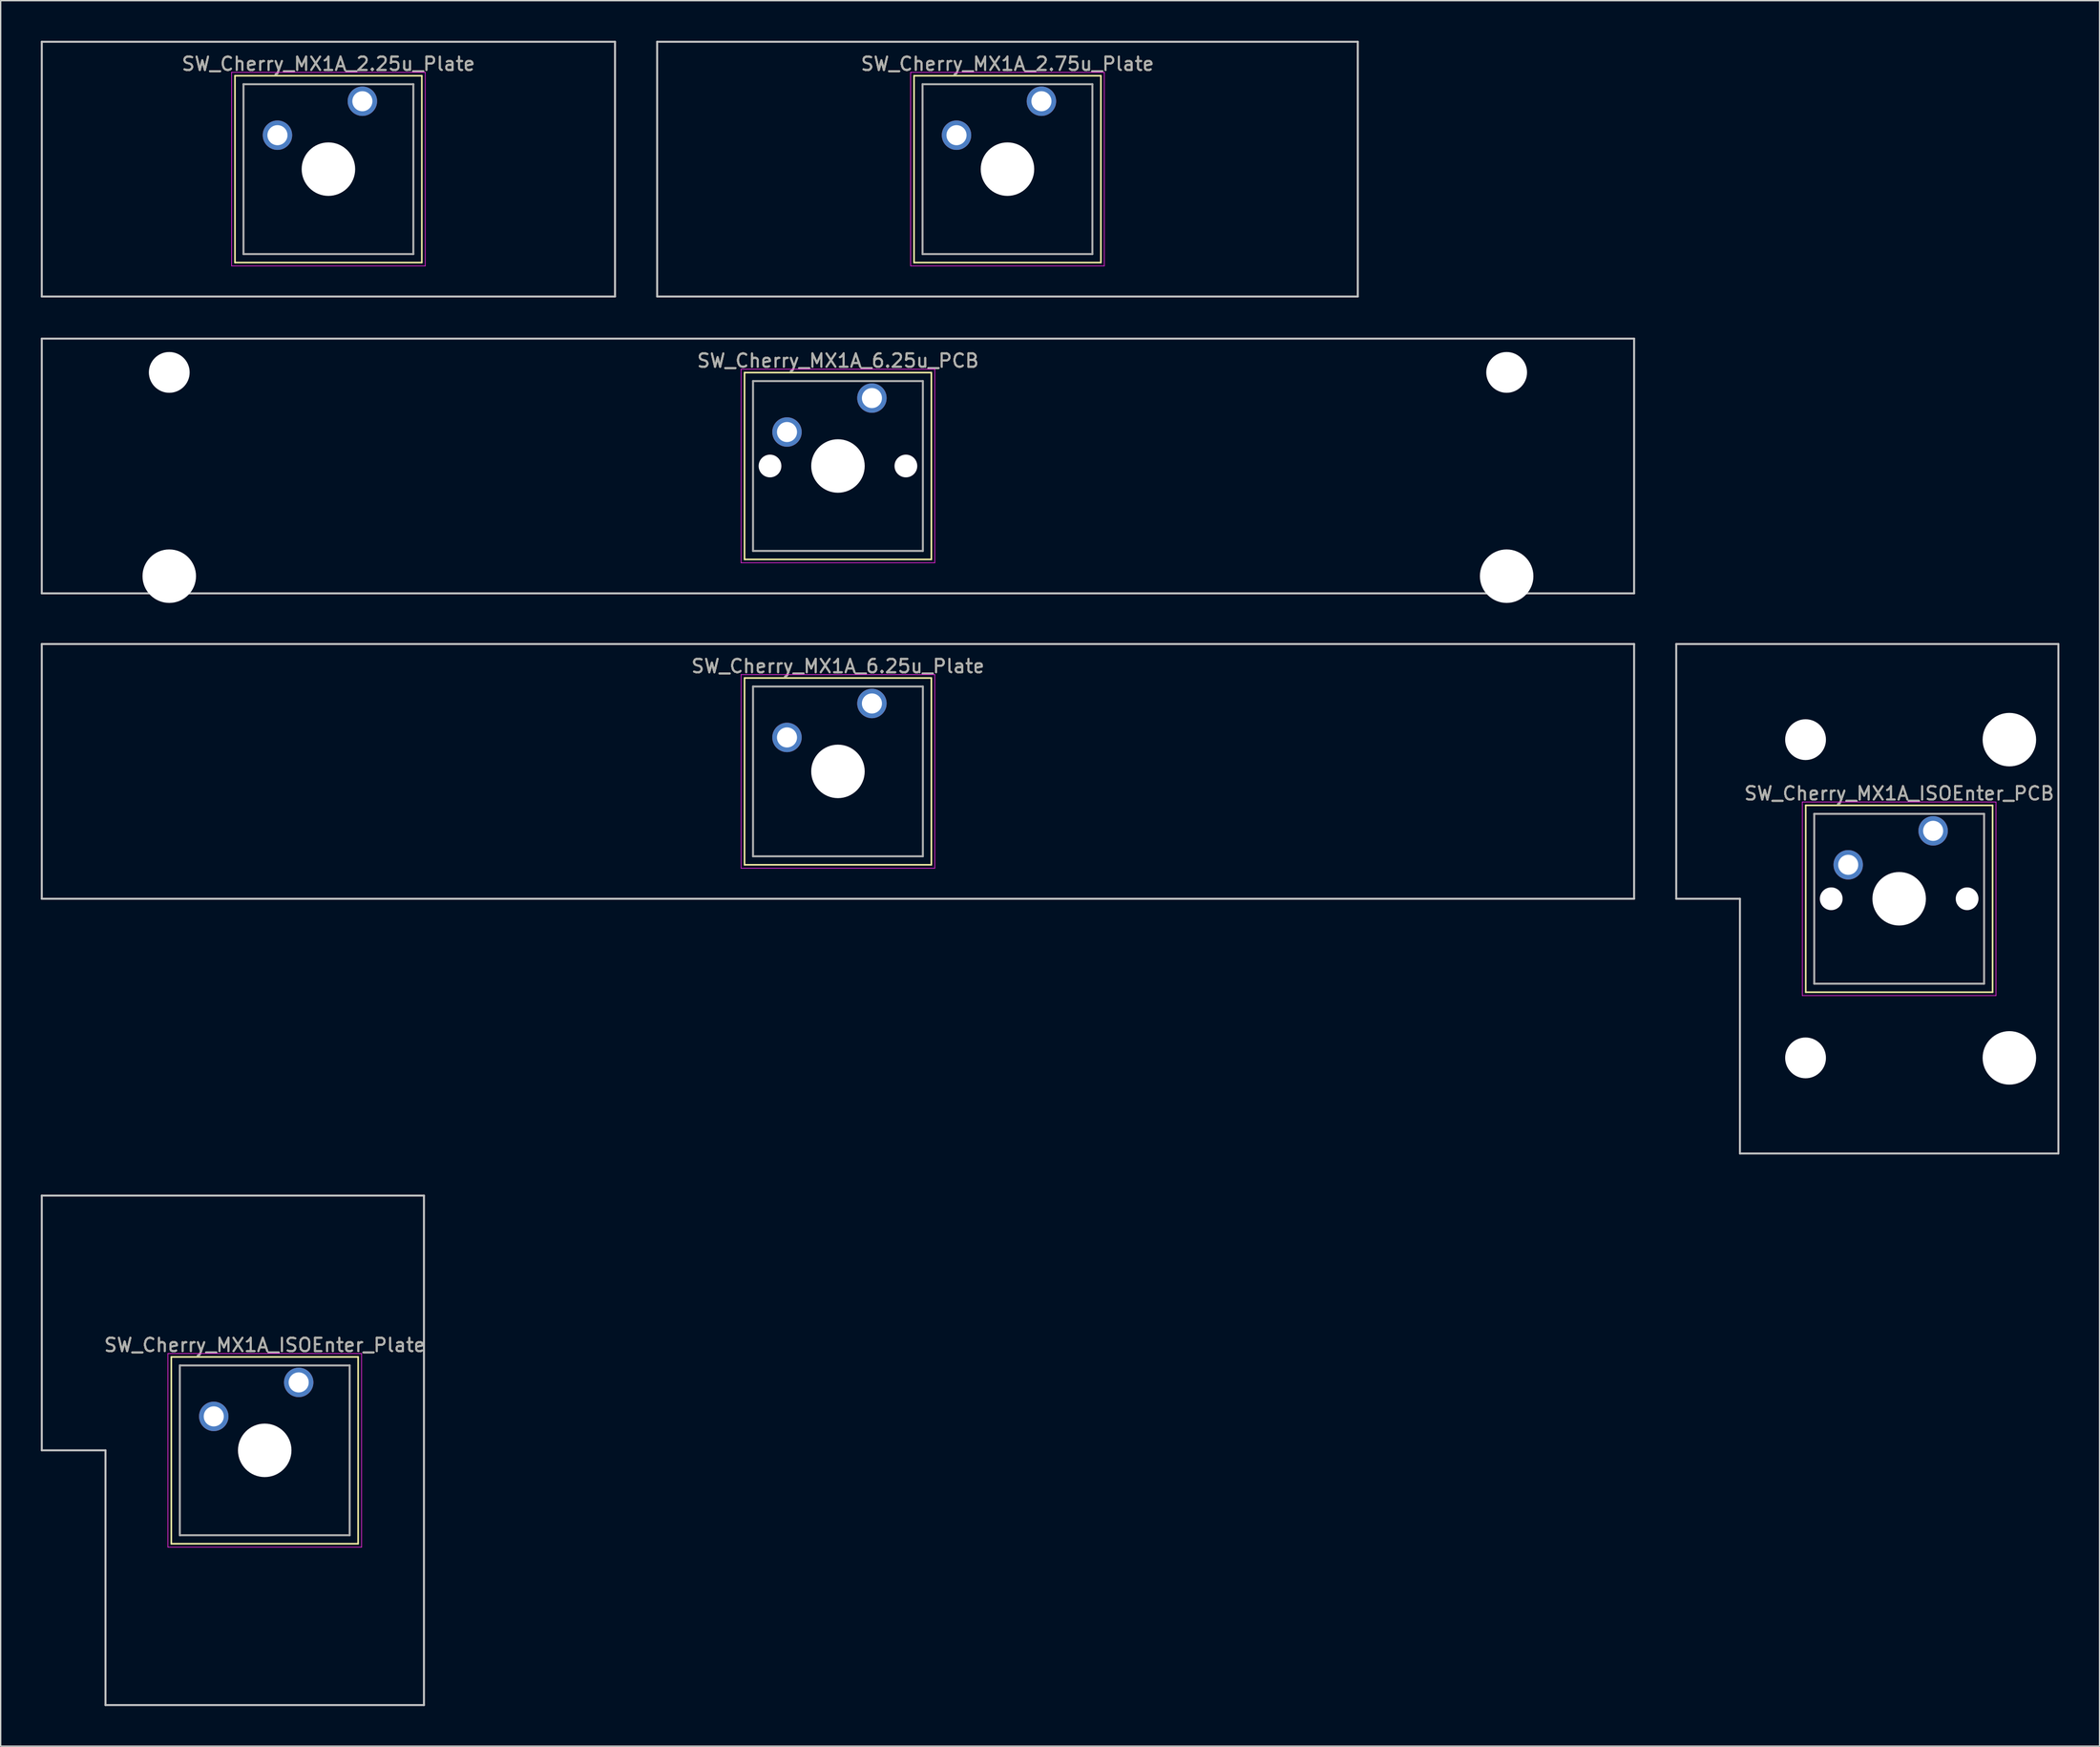
<source format=kicad_pcb>
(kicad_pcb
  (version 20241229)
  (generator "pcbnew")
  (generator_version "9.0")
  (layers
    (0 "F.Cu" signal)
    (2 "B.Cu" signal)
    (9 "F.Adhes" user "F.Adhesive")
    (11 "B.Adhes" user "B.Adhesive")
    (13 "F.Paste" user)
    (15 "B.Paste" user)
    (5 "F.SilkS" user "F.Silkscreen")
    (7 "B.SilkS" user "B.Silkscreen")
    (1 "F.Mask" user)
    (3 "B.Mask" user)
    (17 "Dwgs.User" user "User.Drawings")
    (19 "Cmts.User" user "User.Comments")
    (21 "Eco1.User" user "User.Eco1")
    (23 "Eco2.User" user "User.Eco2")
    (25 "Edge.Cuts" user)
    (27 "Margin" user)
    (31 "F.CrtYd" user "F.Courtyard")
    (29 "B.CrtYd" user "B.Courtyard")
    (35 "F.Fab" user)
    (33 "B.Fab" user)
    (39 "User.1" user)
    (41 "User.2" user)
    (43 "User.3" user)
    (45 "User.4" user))
  (footprint "SW_Cherry_MX1A_2.25u_Plate"
    (layer "F.Cu")
    (at 24.046 4.52)
    (property "Reference" "SW_Cherry_MX1A_2.25u_Plate" (at -2.54 -2.794 0) (layer "F.SilkS") (effects (font (size 1 1) (thickness 0.15))))
    (attr through_hole)
    (fp_line (start -9.525 -1.905) (end 4.445 -1.905) (stroke (width 0.12) (type solid)) (layer "F.SilkS"))
    (fp_line (start -9.525 12.065) (end -9.525 -1.905) (stroke (width 0.12) (type solid)) (layer "F.SilkS"))
    (fp_line (start 4.445 -1.905) (end 4.445 12.065) (stroke (width 0.12) (type solid)) (layer "F.SilkS"))
    (fp_line (start 4.445 12.065) (end -9.525 12.065) (stroke (width 0.12) (type solid)) (layer "F.SilkS"))
    (fp_line (start -23.971 -4.445) (end 18.891 -4.445) (stroke (width 0.15) (type solid)) (layer "Dwgs.User"))
    (fp_line (start -23.971 14.605) (end -23.971 -4.445) (stroke (width 0.15) (type solid)) (layer "Dwgs.User"))
    (fp_line (start 18.891 -4.445) (end 18.891 14.605) (stroke (width 0.15) (type solid)) (layer "Dwgs.User"))
    (fp_line (start 18.891 14.605) (end -23.971 14.605) (stroke (width 0.15) (type solid)) (layer "Dwgs.User"))
    (fp_line (start -9.78 -2.16) (end 4.7 -2.16) (stroke (width 0.05) (type solid)) (layer "F.CrtYd"))
    (fp_line (start -9.78 12.32) (end -9.78 -2.16) (stroke (width 0.05) (type solid)) (layer "F.CrtYd"))
    (fp_line (start 4.7 -2.16) (end 4.7 12.32) (stroke (width 0.05) (type solid)) (layer "F.CrtYd"))
    (fp_line (start 4.7 12.32) (end -9.78 12.32) (stroke (width 0.05) (type solid)) (layer "F.CrtYd"))
    (fp_line (start -8.89 -1.27) (end 3.81 -1.27) (stroke (width 0.15) (type solid)) (layer "F.Fab"))
    (fp_line (start -8.89 11.43) (end -8.89 -1.27) (stroke (width 0.15) (type solid)) (layer "F.Fab"))
    (fp_line (start 3.81 -1.27) (end 3.81 11.43) (stroke (width 0.15) (type solid)) (layer "F.Fab"))
    (fp_line (start 3.81 11.43) (end -8.89 11.43) (stroke (width 0.15) (type solid)) (layer "F.Fab"))
    (fp_text user "${REFERENCE}" (at -2.54 -2.794 0) (layer "F.Fab") (effects (font (size 1 1) (thickness 0.15))))
    (pad "" np_thru_hole circle (at -2.54 5.08) (size 4 4) (drill 4) (layers "*.Cu" "*.Mask"))
    (pad "1" thru_hole circle (at 0 0) (size 2.2 2.2) (drill 1.5) (layers "*.Cu" "*.Mask"))
    (pad "2" thru_hole circle (at -6.35 2.54) (size 2.2 2.2) (drill 1.5) (layers "*.Cu" "*.Mask")))
  (footprint "SW_Cherry_MX1A_2.75u_Plate"
    (layer "F.Cu")
    (at 74.821 4.52)
    (property "Reference" "SW_Cherry_MX1A_2.75u_Plate" (at -2.54 -2.794 0) (layer "F.SilkS") (effects (font (size 1 1) (thickness 0.15))))
    (attr through_hole)
    (fp_line (start -9.525 -1.905) (end 4.445 -1.905) (stroke (width 0.12) (type solid)) (layer "F.SilkS"))
    (fp_line (start -9.525 12.065) (end -9.525 -1.905) (stroke (width 0.12) (type solid)) (layer "F.SilkS"))
    (fp_line (start 4.445 -1.905) (end 4.445 12.065) (stroke (width 0.12) (type solid)) (layer "F.SilkS"))
    (fp_line (start 4.445 12.065) (end -9.525 12.065) (stroke (width 0.12) (type solid)) (layer "F.SilkS"))
    (fp_line (start -28.734 -4.445) (end 23.654 -4.445) (stroke (width 0.15) (type solid)) (layer "Dwgs.User"))
    (fp_line (start -28.734 14.605) (end -28.734 -4.445) (stroke (width 0.15) (type solid)) (layer "Dwgs.User"))
    (fp_line (start 23.654 -4.445) (end 23.654 14.605) (stroke (width 0.15) (type solid)) (layer "Dwgs.User"))
    (fp_line (start 23.654 14.605) (end -28.734 14.605) (stroke (width 0.15) (type solid)) (layer "Dwgs.User"))
    (fp_line (start -9.78 -2.16) (end 4.7 -2.16) (stroke (width 0.05) (type solid)) (layer "F.CrtYd"))
    (fp_line (start -9.78 12.32) (end -9.78 -2.16) (stroke (width 0.05) (type solid)) (layer "F.CrtYd"))
    (fp_line (start 4.7 -2.16) (end 4.7 12.32) (stroke (width 0.05) (type solid)) (layer "F.CrtYd"))
    (fp_line (start 4.7 12.32) (end -9.78 12.32) (stroke (width 0.05) (type solid)) (layer "F.CrtYd"))
    (fp_line (start -8.89 -1.27) (end 3.81 -1.27) (stroke (width 0.15) (type solid)) (layer "F.Fab"))
    (fp_line (start -8.89 11.43) (end -8.89 -1.27) (stroke (width 0.15) (type solid)) (layer "F.Fab"))
    (fp_line (start 3.81 -1.27) (end 3.81 11.43) (stroke (width 0.15) (type solid)) (layer "F.Fab"))
    (fp_line (start 3.81 11.43) (end -8.89 11.43) (stroke (width 0.15) (type solid)) (layer "F.Fab"))
    (fp_text user "${REFERENCE}" (at -2.54 -2.794 0) (layer "F.Fab") (effects (font (size 1 1) (thickness 0.15))))
    (pad "" np_thru_hole circle (at -2.54 5.08) (size 4 4) (drill 4) (layers "*.Cu" "*.Mask"))
    (pad "1" thru_hole circle (at 0 0) (size 2.2 2.2) (drill 1.5) (layers "*.Cu" "*.Mask"))
    (pad "2" thru_hole circle (at -6.35 2.54) (size 2.2 2.2) (drill 1.5) (layers "*.Cu" "*.Mask")))
  (footprint "SW_Cherry_MX1A_ISOEnter_PCB"
    (layer "F.Cu")
    (at 141.496 59.085)
    (property "Reference" "SW_Cherry_MX1A_ISOEnter_PCB" (at -2.54 -2.794 0) (layer "F.SilkS") (effects (font (size 1 1) (thickness 0.15))))
    (attr through_hole)
    (fp_line (start -9.525 -1.905) (end 4.445 -1.905) (stroke (width 0.12) (type solid)) (layer "F.SilkS"))
    (fp_line (start -9.525 12.065) (end -9.525 -1.905) (stroke (width 0.12) (type solid)) (layer "F.SilkS"))
    (fp_line (start 4.445 -1.905) (end 4.445 12.065) (stroke (width 0.12) (type solid)) (layer "F.SilkS"))
    (fp_line (start 4.445 12.065) (end -9.525 12.065) (stroke (width 0.12) (type solid)) (layer "F.SilkS"))
    (fp_line (start -19.209 -13.97) (end 9.366 -13.97) (stroke (width 0.15) (type solid)) (layer "Dwgs.User"))
    (fp_line (start -19.209 5.08) (end -19.209 -13.97) (stroke (width 0.15) (type solid)) (layer "Dwgs.User"))
    (fp_line (start -14.446 5.08) (end -19.209 5.08) (stroke (width 0.15) (type solid)) (layer "Dwgs.User"))
    (fp_line (start -14.446 24.13) (end -14.446 5.08) (stroke (width 0.15) (type solid)) (layer "Dwgs.User"))
    (fp_line (start 9.366 -13.97) (end 9.366 24.13) (stroke (width 0.15) (type solid)) (layer "Dwgs.User"))
    (fp_line (start 9.366 24.13) (end -14.446 24.13) (stroke (width 0.15) (type solid)) (layer "Dwgs.User"))
    (fp_line (start -9.78 -2.16) (end 4.7 -2.16) (stroke (width 0.05) (type solid)) (layer "F.CrtYd"))
    (fp_line (start -9.78 12.32) (end -9.78 -2.16) (stroke (width 0.05) (type solid)) (layer "F.CrtYd"))
    (fp_line (start 4.7 -2.16) (end 4.7 12.32) (stroke (width 0.05) (type solid)) (layer "F.CrtYd"))
    (fp_line (start 4.7 12.32) (end -9.78 12.32) (stroke (width 0.05) (type solid)) (layer "F.CrtYd"))
    (fp_line (start -8.89 -1.27) (end 3.81 -1.27) (stroke (width 0.15) (type solid)) (layer "F.Fab"))
    (fp_line (start -8.89 11.43) (end -8.89 -1.27) (stroke (width 0.15) (type solid)) (layer "F.Fab"))
    (fp_line (start 3.81 -1.27) (end 3.81 11.43) (stroke (width 0.15) (type solid)) (layer "F.Fab"))
    (fp_line (start 3.81 11.43) (end -8.89 11.43) (stroke (width 0.15) (type solid)) (layer "F.Fab"))
    (fp_text user "${REFERENCE}" (at -2.54 -2.794 0) (layer "F.Fab") (effects (font (size 1 1) (thickness 0.15))))
    (pad "" np_thru_hole circle (at -9.54 -6.82) (size 3.05 3.05) (drill 3.05) (layers "*.Cu" "*.Mask"))
    (pad "" np_thru_hole circle (at -9.54 16.98) (size 3.05 3.05) (drill 3.05) (layers "*.Cu" "*.Mask"))
    (pad "" np_thru_hole circle (at -7.62 5.08) (size 1.7 1.7) (drill 1.7) (layers "*.Cu" "*.Mask"))
    (pad "" np_thru_hole circle (at -2.54 5.08) (size 4 4) (drill 4) (layers "*.Cu" "*.Mask"))
    (pad "" np_thru_hole circle (at 2.54 5.08) (size 1.7 1.7) (drill 1.7) (layers "*.Cu" "*.Mask"))
    (pad "" np_thru_hole circle (at 5.7 -6.82) (size 4 4) (drill 4) (layers "*.Cu" "*.Mask"))
    (pad "" np_thru_hole circle (at 5.7 16.98) (size 4 4) (drill 4) (layers "*.Cu" "*.Mask"))
    (pad "1" thru_hole circle (at 0 0) (size 2.2 2.2) (drill 1.5) (layers "*.Cu" "*.Mask"))
    (pad "2" thru_hole circle (at -6.35 2.54) (size 2.2 2.2) (drill 1.5) (layers "*.Cu" "*.Mask")))
  (footprint "SW_Cherry_MX1A_6.25u_Plate"
    (layer "F.Cu")
    (at 62.146 49.56)
    (property "Reference" "SW_Cherry_MX1A_6.25u_Plate" (at -2.54 -2.794 0) (layer "F.SilkS") (effects (font (size 1 1) (thickness 0.15))))
    (attr through_hole)
    (fp_line (start -9.525 -1.905) (end 4.445 -1.905) (stroke (width 0.12) (type solid)) (layer "F.SilkS"))
    (fp_line (start -9.525 12.065) (end -9.525 -1.905) (stroke (width 0.12) (type solid)) (layer "F.SilkS"))
    (fp_line (start 4.445 -1.905) (end 4.445 12.065) (stroke (width 0.12) (type solid)) (layer "F.SilkS"))
    (fp_line (start 4.445 12.065) (end -9.525 12.065) (stroke (width 0.12) (type solid)) (layer "F.SilkS"))
    (fp_line (start -62.071 -4.445) (end 56.991 -4.445) (stroke (width 0.15) (type solid)) (layer "Dwgs.User"))
    (fp_line (start -62.071 14.605) (end -62.071 -4.445) (stroke (width 0.15) (type solid)) (layer "Dwgs.User"))
    (fp_line (start 56.991 -4.445) (end 56.991 14.605) (stroke (width 0.15) (type solid)) (layer "Dwgs.User"))
    (fp_line (start 56.991 14.605) (end -62.071 14.605) (stroke (width 0.15) (type solid)) (layer "Dwgs.User"))
    (fp_line (start -9.78 -2.16) (end 4.7 -2.16) (stroke (width 0.05) (type solid)) (layer "F.CrtYd"))
    (fp_line (start -9.78 12.32) (end -9.78 -2.16) (stroke (width 0.05) (type solid)) (layer "F.CrtYd"))
    (fp_line (start 4.7 -2.16) (end 4.7 12.32) (stroke (width 0.05) (type solid)) (layer "F.CrtYd"))
    (fp_line (start 4.7 12.32) (end -9.78 12.32) (stroke (width 0.05) (type solid)) (layer "F.CrtYd"))
    (fp_line (start -8.89 -1.27) (end 3.81 -1.27) (stroke (width 0.15) (type solid)) (layer "F.Fab"))
    (fp_line (start -8.89 11.43) (end -8.89 -1.27) (stroke (width 0.15) (type solid)) (layer "F.Fab"))
    (fp_line (start 3.81 -1.27) (end 3.81 11.43) (stroke (width 0.15) (type solid)) (layer "F.Fab"))
    (fp_line (start 3.81 11.43) (end -8.89 11.43) (stroke (width 0.15) (type solid)) (layer "F.Fab"))
    (fp_text user "${REFERENCE}" (at -2.54 -2.794 0) (layer "F.Fab") (effects (font (size 1 1) (thickness 0.15))))
    (pad "" np_thru_hole circle (at -2.54 5.08) (size 4 4) (drill 4) (layers "*.Cu" "*.Mask"))
    (pad "1" thru_hole circle (at 0 0) (size 2.2 2.2) (drill 1.5) (layers "*.Cu" "*.Mask"))
    (pad "2" thru_hole circle (at -6.35 2.54) (size 2.2 2.2) (drill 1.5) (layers "*.Cu" "*.Mask")))
  (footprint "SW_Cherry_MX1A_ISOEnter_Plate"
    (layer "F.Cu")
    (at 19.284 100.335)
    (property "Reference" "SW_Cherry_MX1A_ISOEnter_Plate" (at -2.54 -2.794 0) (layer "F.SilkS") (effects (font (size 1 1) (thickness 0.15))))
    (attr through_hole)
    (fp_line (start -9.525 -1.905) (end 4.445 -1.905) (stroke (width 0.12) (type solid)) (layer "F.SilkS"))
    (fp_line (start -9.525 12.065) (end -9.525 -1.905) (stroke (width 0.12) (type solid)) (layer "F.SilkS"))
    (fp_line (start 4.445 -1.905) (end 4.445 12.065) (stroke (width 0.12) (type solid)) (layer "F.SilkS"))
    (fp_line (start 4.445 12.065) (end -9.525 12.065) (stroke (width 0.12) (type solid)) (layer "F.SilkS"))
    (fp_line (start -19.209 -13.97) (end 9.366 -13.97) (stroke (width 0.15) (type solid)) (layer "Dwgs.User"))
    (fp_line (start -19.209 5.08) (end -19.209 -13.97) (stroke (width 0.15) (type solid)) (layer "Dwgs.User"))
    (fp_line (start -14.446 5.08) (end -19.209 5.08) (stroke (width 0.15) (type solid)) (layer "Dwgs.User"))
    (fp_line (start -14.446 24.13) (end -14.446 5.08) (stroke (width 0.15) (type solid)) (layer "Dwgs.User"))
    (fp_line (start 9.366 -13.97) (end 9.366 24.13) (stroke (width 0.15) (type solid)) (layer "Dwgs.User"))
    (fp_line (start 9.366 24.13) (end -14.446 24.13) (stroke (width 0.15) (type solid)) (layer "Dwgs.User"))
    (fp_line (start -9.78 -2.16) (end 4.7 -2.16) (stroke (width 0.05) (type solid)) (layer "F.CrtYd"))
    (fp_line (start -9.78 12.32) (end -9.78 -2.16) (stroke (width 0.05) (type solid)) (layer "F.CrtYd"))
    (fp_line (start 4.7 -2.16) (end 4.7 12.32) (stroke (width 0.05) (type solid)) (layer "F.CrtYd"))
    (fp_line (start 4.7 12.32) (end -9.78 12.32) (stroke (width 0.05) (type solid)) (layer "F.CrtYd"))
    (fp_line (start -8.89 -1.27) (end 3.81 -1.27) (stroke (width 0.15) (type solid)) (layer "F.Fab"))
    (fp_line (start -8.89 11.43) (end -8.89 -1.27) (stroke (width 0.15) (type solid)) (layer "F.Fab"))
    (fp_line (start 3.81 -1.27) (end 3.81 11.43) (stroke (width 0.15) (type solid)) (layer "F.Fab"))
    (fp_line (start 3.81 11.43) (end -8.89 11.43) (stroke (width 0.15) (type solid)) (layer "F.Fab"))
    (fp_text user "${REFERENCE}" (at -2.54 -2.794 0) (layer "F.Fab") (effects (font (size 1 1) (thickness 0.15))))
    (pad "" np_thru_hole circle (at -2.54 5.08) (size 4 4) (drill 4) (layers "*.Cu" "*.Mask"))
    (pad "1" thru_hole circle (at 0 0) (size 2.2 2.2) (drill 1.5) (layers "*.Cu" "*.Mask"))
    (pad "2" thru_hole circle (at -6.35 2.54) (size 2.2 2.2) (drill 1.5) (layers "*.Cu" "*.Mask")))
  (footprint "SW_Cherry_MX1A_6.25u_PCB"
    (layer "F.Cu")
    (at 62.146 26.72)
    (property "Reference" "SW_Cherry_MX1A_6.25u_PCB" (at -2.54 -2.794 0) (layer "F.SilkS") (effects (font (size 1 1) (thickness 0.15))))
    (attr through_hole)
    (fp_line (start -9.525 -1.905) (end 4.445 -1.905) (stroke (width 0.12) (type solid)) (layer "F.SilkS"))
    (fp_line (start -9.525 12.065) (end -9.525 -1.905) (stroke (width 0.12) (type solid)) (layer "F.SilkS"))
    (fp_line (start 4.445 -1.905) (end 4.445 12.065) (stroke (width 0.12) (type solid)) (layer "F.SilkS"))
    (fp_line (start 4.445 12.065) (end -9.525 12.065) (stroke (width 0.12) (type solid)) (layer "F.SilkS"))
    (fp_line (start -62.071 -4.445) (end 56.991 -4.445) (stroke (width 0.15) (type solid)) (layer "Dwgs.User"))
    (fp_line (start -62.071 14.605) (end -62.071 -4.445) (stroke (width 0.15) (type solid)) (layer "Dwgs.User"))
    (fp_line (start 56.991 -4.445) (end 56.991 14.605) (stroke (width 0.15) (type solid)) (layer "Dwgs.User"))
    (fp_line (start 56.991 14.605) (end -62.071 14.605) (stroke (width 0.15) (type solid)) (layer "Dwgs.User"))
    (fp_line (start -9.78 -2.16) (end 4.7 -2.16) (stroke (width 0.05) (type solid)) (layer "F.CrtYd"))
    (fp_line (start -9.78 12.32) (end -9.78 -2.16) (stroke (width 0.05) (type solid)) (layer "F.CrtYd"))
    (fp_line (start 4.7 -2.16) (end 4.7 12.32) (stroke (width 0.05) (type solid)) (layer "F.CrtYd"))
    (fp_line (start 4.7 12.32) (end -9.78 12.32) (stroke (width 0.05) (type solid)) (layer "F.CrtYd"))
    (fp_line (start -8.89 -1.27) (end 3.81 -1.27) (stroke (width 0.15) (type solid)) (layer "F.Fab"))
    (fp_line (start -8.89 11.43) (end -8.89 -1.27) (stroke (width 0.15) (type solid)) (layer "F.Fab"))
    (fp_line (start 3.81 -1.27) (end 3.81 11.43) (stroke (width 0.15) (type solid)) (layer "F.Fab"))
    (fp_line (start 3.81 11.43) (end -8.89 11.43) (stroke (width 0.15) (type solid)) (layer "F.Fab"))
    (fp_text user "${REFERENCE}" (at -2.54 -2.794 0) (layer "F.Fab") (effects (font (size 1 1) (thickness 0.15))))
    (pad "" np_thru_hole circle (at -52.54 -1.92) (size 3.05 3.05) (drill 3.05) (layers "*.Cu" "*.Mask"))
    (pad "" np_thru_hole circle (at -52.54 13.32) (size 4 4) (drill 4) (layers "*.Cu" "*.Mask"))
    (pad "" np_thru_hole circle (at -7.62 5.08) (size 1.7 1.7) (drill 1.7) (layers "*.Cu" "*.Mask"))
    (pad "" np_thru_hole circle (at -2.54 5.08) (size 4 4) (drill 4) (layers "*.Cu" "*.Mask"))
    (pad "" np_thru_hole circle (at 2.54 5.08) (size 1.7 1.7) (drill 1.7) (layers "*.Cu" "*.Mask"))
    (pad "" np_thru_hole circle (at 47.46 -1.92) (size 3.05 3.05) (drill 3.05) (layers "*.Cu" "*.Mask"))
    (pad "" np_thru_hole circle (at 47.46 13.32) (size 4 4) (drill 4) (layers "*.Cu" "*.Mask"))
    (pad "1" thru_hole circle (at 0 0) (size 2.2 2.2) (drill 1.5) (layers "*.Cu" "*.Mask"))
    (pad "2" thru_hole circle (at -6.35 2.54) (size 2.2 2.2) (drill 1.5) (layers "*.Cu" "*.Mask")))
  (gr_rect
    (start -3 -3)
    (end 153.938 127.54)
    (stroke (width 0.1) (type default))
    (fill no)
    (layer "Edge.Cuts")))
</source>
